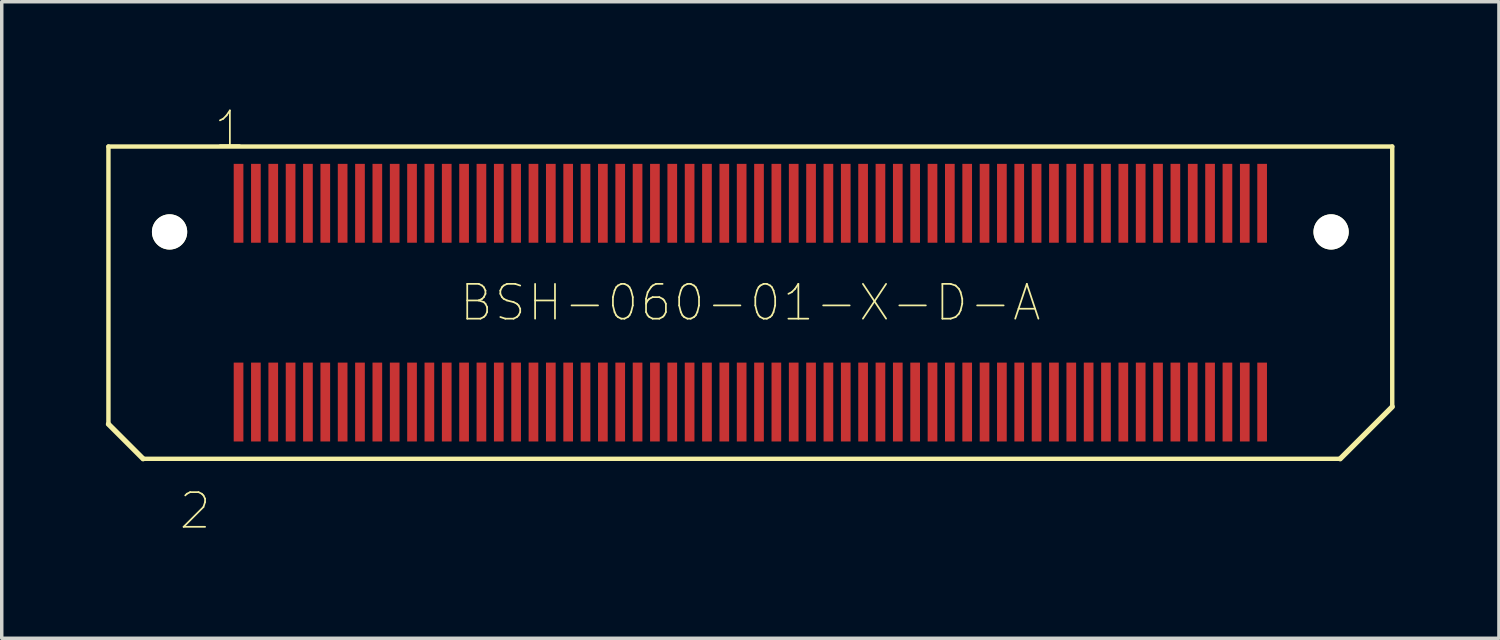
<source format=kicad_pcb>
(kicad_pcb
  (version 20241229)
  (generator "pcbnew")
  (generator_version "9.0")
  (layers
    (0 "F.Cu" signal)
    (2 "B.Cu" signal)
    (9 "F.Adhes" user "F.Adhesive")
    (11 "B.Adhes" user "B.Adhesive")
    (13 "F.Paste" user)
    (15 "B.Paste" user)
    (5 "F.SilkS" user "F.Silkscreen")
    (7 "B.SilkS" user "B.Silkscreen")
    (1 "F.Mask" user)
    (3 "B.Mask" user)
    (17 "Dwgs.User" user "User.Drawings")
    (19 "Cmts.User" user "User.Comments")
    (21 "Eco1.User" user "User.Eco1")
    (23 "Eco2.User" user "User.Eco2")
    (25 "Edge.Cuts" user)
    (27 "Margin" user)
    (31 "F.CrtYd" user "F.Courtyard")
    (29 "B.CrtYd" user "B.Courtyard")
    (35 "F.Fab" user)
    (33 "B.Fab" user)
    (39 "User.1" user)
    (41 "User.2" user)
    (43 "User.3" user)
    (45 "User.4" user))
  (footprint "BSH-060-01-X-D-A"
    (layer "F.Cu")
    (at 18.575 5.673)
    (property "Reference" "BSH-060-01-X-D-A" (at 0 0 0) (layer "F.SilkS") (effects (font (size 1.002 1.002) (thickness 0.05))))
    (attr smd)
    (fp_line (start -18.5 -4.5) (end 18.5 -4.5) (stroke (width 0.127) (type solid)) (layer "F.SilkS"))
    (fp_line (start -18.5 3.5) (end -18.5 -4.5) (stroke (width 0.127) (type solid)) (layer "F.SilkS"))
    (fp_line (start -18.5 3.5) (end -17.5 4.5) (stroke (width 0.15) (type solid)) (layer "F.SilkS"))
    (fp_line (start 17 4.5) (end -17.5 4.5) (stroke (width 0.127) (type solid)) (layer "F.SilkS"))
    (fp_line (start 18.5 -4.5) (end 18.5 3) (stroke (width 0.127) (type solid)) (layer "F.SilkS"))
    (fp_line (start 18.5 3) (end 17 4.5) (stroke (width 0.15) (type solid)) (layer "F.SilkS"))
    (fp_line (start -16 -3) (end 16 -3) (stroke (width 0.127) (type solid)) (layer "Eco2.User"))
    (fp_line (start -16 3) (end -16 -3) (stroke (width 0.127) (type solid)) (layer "Eco2.User"))
    (fp_line (start 16 -3) (end 16 3) (stroke (width 0.127) (type solid)) (layer "Eco2.User"))
    (fp_line (start 16 3) (end -16 3) (stroke (width 0.127) (type solid)) (layer "Eco2.User"))
    (fp_text user "2" (at -16 6 0) (layer "F.SilkS") (effects (font (size 1 1) (thickness 0.05))))
    (fp_text user "1" (at -15 -5 0) (layer "F.SilkS") (effects (font (size 1 1) (thickness 0.05))))
    (pad "" np_thru_hole circle (at -16.738 -2.039) (size 1.016 1.016) (drill 1.016) (layers "*.Cu" "*.Mask" "F.SilkS"))
    (pad "" np_thru_hole circle (at 16.738 -2.039) (size 1.016 1.016) (drill 1.016) (layers "*.Cu" "*.Mask" "F.SilkS"))
    (pad "1" smd rect (at -14.75 -2.864) (size 0.279 2.273) (layers "F.Cu" "F.Mask" "F.Paste"))
    (pad "2" smd rect (at -14.75 2.864) (size 0.279 2.273) (layers "F.Cu" "F.Mask" "F.Paste"))
    (pad "3" smd rect (at -14.25 -2.864) (size 0.279 2.273) (layers "F.Cu" "F.Mask" "F.Paste"))
    (pad "4" smd rect (at -14.25 2.864) (size 0.279 2.273) (layers "F.Cu" "F.Mask" "F.Paste"))
    (pad "5" smd rect (at -13.75 -2.864) (size 0.279 2.273) (layers "F.Cu" "F.Mask" "F.Paste"))
    (pad "6" smd rect (at -13.75 2.864) (size 0.279 2.273) (layers "F.Cu" "F.Mask" "F.Paste"))
    (pad "7" smd rect (at -13.25 -2.864) (size 0.279 2.273) (layers "F.Cu" "F.Mask" "F.Paste"))
    (pad "8" smd rect (at -13.25 2.864) (size 0.279 2.273) (layers "F.Cu" "F.Mask" "F.Paste"))
    (pad "9" smd rect (at -12.75 -2.864) (size 0.279 2.273) (layers "F.Cu" "F.Mask" "F.Paste"))
    (pad "10" smd rect (at -12.75 2.864) (size 0.279 2.273) (layers "F.Cu" "F.Mask" "F.Paste"))
    (pad "11" smd rect (at -12.25 -2.864) (size 0.279 2.273) (layers "F.Cu" "F.Mask" "F.Paste"))
    (pad "12" smd rect (at -12.25 2.864) (size 0.279 2.273) (layers "F.Cu" "F.Mask" "F.Paste"))
    (pad "13" smd rect (at -11.75 -2.864) (size 0.279 2.273) (layers "F.Cu" "F.Mask" "F.Paste"))
    (pad "14" smd rect (at -11.75 2.864) (size 0.279 2.273) (layers "F.Cu" "F.Mask" "F.Paste"))
    (pad "15" smd rect (at -11.25 -2.864) (size 0.279 2.273) (layers "F.Cu" "F.Mask" "F.Paste"))
    (pad "16" smd rect (at -11.25 2.864) (size 0.279 2.273) (layers "F.Cu" "F.Mask" "F.Paste"))
    (pad "17" smd rect (at -10.75 -2.864) (size 0.279 2.273) (layers "F.Cu" "F.Mask" "F.Paste"))
    (pad "18" smd rect (at -10.75 2.864) (size 0.279 2.273) (layers "F.Cu" "F.Mask" "F.Paste"))
    (pad "19" smd rect (at -10.25 -2.864) (size 0.279 2.273) (layers "F.Cu" "F.Mask" "F.Paste"))
    (pad "20" smd rect (at -10.25 2.864) (size 0.279 2.273) (layers "F.Cu" "F.Mask" "F.Paste"))
    (pad "21" smd rect (at -9.75 -2.864) (size 0.279 2.273) (layers "F.Cu" "F.Mask" "F.Paste"))
    (pad "22" smd rect (at -9.75 2.864) (size 0.279 2.273) (layers "F.Cu" "F.Mask" "F.Paste"))
    (pad "23" smd rect (at -9.25 -2.864) (size 0.279 2.273) (layers "F.Cu" "F.Mask" "F.Paste"))
    (pad "24" smd rect (at -9.25 2.864) (size 0.279 2.273) (layers "F.Cu" "F.Mask" "F.Paste"))
    (pad "25" smd rect (at -8.75 -2.864) (size 0.279 2.273) (layers "F.Cu" "F.Mask" "F.Paste"))
    (pad "26" smd rect (at -8.75 2.864) (size 0.279 2.273) (layers "F.Cu" "F.Mask" "F.Paste"))
    (pad "27" smd rect (at -8.25 -2.864) (size 0.279 2.273) (layers "F.Cu" "F.Mask" "F.Paste"))
    (pad "28" smd rect (at -8.25 2.864) (size 0.279 2.273) (layers "F.Cu" "F.Mask" "F.Paste"))
    (pad "29" smd rect (at -7.75 -2.864) (size 0.279 2.273) (layers "F.Cu" "F.Mask" "F.Paste"))
    (pad "30" smd rect (at -7.75 2.864) (size 0.279 2.273) (layers "F.Cu" "F.Mask" "F.Paste"))
    (pad "31" smd rect (at -7.25 -2.864) (size 0.279 2.273) (layers "F.Cu" "F.Mask" "F.Paste"))
    (pad "32" smd rect (at -7.25 2.864) (size 0.279 2.273) (layers "F.Cu" "F.Mask" "F.Paste"))
    (pad "33" smd rect (at -6.75 -2.864) (size 0.279 2.273) (layers "F.Cu" "F.Mask" "F.Paste"))
    (pad "34" smd rect (at -6.75 2.864) (size 0.279 2.273) (layers "F.Cu" "F.Mask" "F.Paste"))
    (pad "35" smd rect (at -6.25 -2.864) (size 0.279 2.273) (layers "F.Cu" "F.Mask" "F.Paste"))
    (pad "36" smd rect (at -6.25 2.864) (size 0.279 2.273) (layers "F.Cu" "F.Mask" "F.Paste"))
    (pad "37" smd rect (at -5.75 -2.864) (size 0.279 2.273) (layers "F.Cu" "F.Mask" "F.Paste"))
    (pad "38" smd rect (at -5.75 2.864) (size 0.279 2.273) (layers "F.Cu" "F.Mask" "F.Paste"))
    (pad "39" smd rect (at -5.25 -2.864) (size 0.279 2.273) (layers "F.Cu" "F.Mask" "F.Paste"))
    (pad "40" smd rect (at -5.25 2.864) (size 0.279 2.273) (layers "F.Cu" "F.Mask" "F.Paste"))
    (pad "41" smd rect (at -4.75 -2.864) (size 0.279 2.273) (layers "F.Cu" "F.Mask" "F.Paste"))
    (pad "42" smd rect (at -4.75 2.864) (size 0.279 2.273) (layers "F.Cu" "F.Mask" "F.Paste"))
    (pad "43" smd rect (at -4.25 -2.864) (size 0.279 2.273) (layers "F.Cu" "F.Mask" "F.Paste"))
    (pad "44" smd rect (at -4.25 2.864) (size 0.279 2.273) (layers "F.Cu" "F.Mask" "F.Paste"))
    (pad "45" smd rect (at -3.75 -2.864) (size 0.279 2.273) (layers "F.Cu" "F.Mask" "F.Paste"))
    (pad "46" smd rect (at -3.75 2.864) (size 0.279 2.273) (layers "F.Cu" "F.Mask" "F.Paste"))
    (pad "47" smd rect (at -3.25 -2.864) (size 0.279 2.273) (layers "F.Cu" "F.Mask" "F.Paste"))
    (pad "48" smd rect (at -3.25 2.864) (size 0.279 2.273) (layers "F.Cu" "F.Mask" "F.Paste"))
    (pad "49" smd rect (at -2.75 -2.864) (size 0.279 2.273) (layers "F.Cu" "F.Mask" "F.Paste"))
    (pad "50" smd rect (at -2.75 2.864) (size 0.279 2.273) (layers "F.Cu" "F.Mask" "F.Paste"))
    (pad "51" smd rect (at -2.25 -2.864) (size 0.279 2.273) (layers "F.Cu" "F.Mask" "F.Paste"))
    (pad "52" smd rect (at -2.25 2.864) (size 0.279 2.273) (layers "F.Cu" "F.Mask" "F.Paste"))
    (pad "53" smd rect (at -1.75 -2.864) (size 0.279 2.273) (layers "F.Cu" "F.Mask" "F.Paste"))
    (pad "54" smd rect (at -1.75 2.864) (size 0.279 2.273) (layers "F.Cu" "F.Mask" "F.Paste"))
    (pad "55" smd rect (at -1.25 -2.864) (size 0.279 2.273) (layers "F.Cu" "F.Mask" "F.Paste"))
    (pad "56" smd rect (at -1.25 2.864) (size 0.279 2.273) (layers "F.Cu" "F.Mask" "F.Paste"))
    (pad "57" smd rect (at -0.75 -2.864) (size 0.279 2.273) (layers "F.Cu" "F.Mask" "F.Paste"))
    (pad "58" smd rect (at -0.75 2.864) (size 0.279 2.273) (layers "F.Cu" "F.Mask" "F.Paste"))
    (pad "59" smd rect (at -0.25 -2.864) (size 0.279 2.273) (layers "F.Cu" "F.Mask" "F.Paste"))
    (pad "60" smd rect (at -0.25 2.864) (size 0.279 2.273) (layers "F.Cu" "F.Mask" "F.Paste"))
    (pad "61" smd rect (at 0.25 -2.864) (size 0.279 2.273) (layers "F.Cu" "F.Mask" "F.Paste"))
    (pad "62" smd rect (at 0.25 2.864) (size 0.279 2.273) (layers "F.Cu" "F.Mask" "F.Paste"))
    (pad "63" smd rect (at 0.75 -2.864) (size 0.279 2.273) (layers "F.Cu" "F.Mask" "F.Paste"))
    (pad "64" smd rect (at 0.75 2.864) (size 0.279 2.273) (layers "F.Cu" "F.Mask" "F.Paste"))
    (pad "65" smd rect (at 1.25 -2.864) (size 0.279 2.273) (layers "F.Cu" "F.Mask" "F.Paste"))
    (pad "66" smd rect (at 1.25 2.864) (size 0.279 2.273) (layers "F.Cu" "F.Mask" "F.Paste"))
    (pad "67" smd rect (at 1.75 -2.864) (size 0.279 2.273) (layers "F.Cu" "F.Mask" "F.Paste"))
    (pad "68" smd rect (at 1.75 2.864) (size 0.279 2.273) (layers "F.Cu" "F.Mask" "F.Paste"))
    (pad "69" smd rect (at 2.25 -2.864) (size 0.279 2.273) (layers "F.Cu" "F.Mask" "F.Paste"))
    (pad "70" smd rect (at 2.25 2.864) (size 0.279 2.273) (layers "F.Cu" "F.Mask" "F.Paste"))
    (pad "71" smd rect (at 2.75 -2.864) (size 0.279 2.273) (layers "F.Cu" "F.Mask" "F.Paste"))
    (pad "72" smd rect (at 2.75 2.864) (size 0.279 2.273) (layers "F.Cu" "F.Mask" "F.Paste"))
    (pad "73" smd rect (at 3.25 -2.864) (size 0.279 2.273) (layers "F.Cu" "F.Mask" "F.Paste"))
    (pad "74" smd rect (at 3.25 2.864) (size 0.279 2.273) (layers "F.Cu" "F.Mask" "F.Paste"))
    (pad "75" smd rect (at 3.75 -2.864) (size 0.279 2.273) (layers "F.Cu" "F.Mask" "F.Paste"))
    (pad "76" smd rect (at 3.75 2.864) (size 0.279 2.273) (layers "F.Cu" "F.Mask" "F.Paste"))
    (pad "77" smd rect (at 4.25 -2.864) (size 0.279 2.273) (layers "F.Cu" "F.Mask" "F.Paste"))
    (pad "78" smd rect (at 4.25 2.864) (size 0.279 2.273) (layers "F.Cu" "F.Mask" "F.Paste"))
    (pad "79" smd rect (at 4.75 -2.864) (size 0.279 2.273) (layers "F.Cu" "F.Mask" "F.Paste"))
    (pad "80" smd rect (at 4.75 2.864) (size 0.279 2.273) (layers "F.Cu" "F.Mask" "F.Paste"))
    (pad "81" smd rect (at 5.25 -2.864) (size 0.279 2.273) (layers "F.Cu" "F.Mask" "F.Paste"))
    (pad "82" smd rect (at 5.25 2.864) (size 0.279 2.273) (layers "F.Cu" "F.Mask" "F.Paste"))
    (pad "83" smd rect (at 5.75 -2.864) (size 0.279 2.273) (layers "F.Cu" "F.Mask" "F.Paste"))
    (pad "84" smd rect (at 5.75 2.864) (size 0.279 2.273) (layers "F.Cu" "F.Mask" "F.Paste"))
    (pad "85" smd rect (at 6.25 -2.864) (size 0.279 2.273) (layers "F.Cu" "F.Mask" "F.Paste"))
    (pad "86" smd rect (at 6.25 2.864) (size 0.279 2.273) (layers "F.Cu" "F.Mask" "F.Paste"))
    (pad "87" smd rect (at 6.75 -2.864) (size 0.279 2.273) (layers "F.Cu" "F.Mask" "F.Paste"))
    (pad "88" smd rect (at 6.75 2.864) (size 0.279 2.273) (layers "F.Cu" "F.Mask" "F.Paste"))
    (pad "89" smd rect (at 7.25 -2.864) (size 0.279 2.273) (layers "F.Cu" "F.Mask" "F.Paste"))
    (pad "90" smd rect (at 7.25 2.864) (size 0.279 2.273) (layers "F.Cu" "F.Mask" "F.Paste"))
    (pad "91" smd rect (at 7.75 -2.864) (size 0.279 2.273) (layers "F.Cu" "F.Mask" "F.Paste"))
    (pad "92" smd rect (at 7.75 2.864) (size 0.279 2.273) (layers "F.Cu" "F.Mask" "F.Paste"))
    (pad "93" smd rect (at 8.25 -2.864) (size 0.279 2.273) (layers "F.Cu" "F.Mask" "F.Paste"))
    (pad "94" smd rect (at 8.25 2.864) (size 0.279 2.273) (layers "F.Cu" "F.Mask" "F.Paste"))
    (pad "95" smd rect (at 8.75 -2.864) (size 0.279 2.273) (layers "F.Cu" "F.Mask" "F.Paste"))
    (pad "96" smd rect (at 8.75 2.864) (size 0.279 2.273) (layers "F.Cu" "F.Mask" "F.Paste"))
    (pad "97" smd rect (at 9.25 -2.864) (size 0.279 2.273) (layers "F.Cu" "F.Mask" "F.Paste"))
    (pad "98" smd rect (at 9.25 2.864) (size 0.279 2.273) (layers "F.Cu" "F.Mask" "F.Paste"))
    (pad "99" smd rect (at 9.75 -2.864) (size 0.279 2.273) (layers "F.Cu" "F.Mask" "F.Paste"))
    (pad "100" smd rect (at 9.75 2.864) (size 0.279 2.273) (layers "F.Cu" "F.Mask" "F.Paste"))
    (pad "101" smd rect (at 10.25 -2.864) (size 0.279 2.273) (layers "F.Cu" "F.Mask" "F.Paste"))
    (pad "102" smd rect (at 10.25 2.864) (size 0.279 2.273) (layers "F.Cu" "F.Mask" "F.Paste"))
    (pad "103" smd rect (at 10.75 -2.864) (size 0.279 2.273) (layers "F.Cu" "F.Mask" "F.Paste"))
    (pad "104" smd rect (at 10.75 2.864) (size 0.279 2.273) (layers "F.Cu" "F.Mask" "F.Paste"))
    (pad "105" smd rect (at 11.25 -2.864) (size 0.279 2.273) (layers "F.Cu" "F.Mask" "F.Paste"))
    (pad "106" smd rect (at 11.25 2.864) (size 0.279 2.273) (layers "F.Cu" "F.Mask" "F.Paste"))
    (pad "107" smd rect (at 11.75 -2.864) (size 0.279 2.273) (layers "F.Cu" "F.Mask" "F.Paste"))
    (pad "108" smd rect (at 11.75 2.864) (size 0.279 2.273) (layers "F.Cu" "F.Mask" "F.Paste"))
    (pad "109" smd rect (at 12.25 -2.864) (size 0.279 2.273) (layers "F.Cu" "F.Mask" "F.Paste"))
    (pad "110" smd rect (at 12.25 2.864) (size 0.279 2.273) (layers "F.Cu" "F.Mask" "F.Paste"))
    (pad "111" smd rect (at 12.75 -2.864) (size 0.279 2.273) (layers "F.Cu" "F.Mask" "F.Paste"))
    (pad "112" smd rect (at 12.75 2.864) (size 0.279 2.273) (layers "F.Cu" "F.Mask" "F.Paste"))
    (pad "113" smd rect (at 13.25 -2.864) (size 0.279 2.273) (layers "F.Cu" "F.Mask" "F.Paste"))
    (pad "114" smd rect (at 13.25 2.864) (size 0.279 2.273) (layers "F.Cu" "F.Mask" "F.Paste"))
    (pad "115" smd rect (at 13.75 -2.864) (size 0.279 2.273) (layers "F.Cu" "F.Mask" "F.Paste"))
    (pad "116" smd rect (at 13.75 2.864) (size 0.279 2.273) (layers "F.Cu" "F.Mask" "F.Paste"))
    (pad "117" smd rect (at 14.25 -2.864) (size 0.279 2.273) (layers "F.Cu" "F.Mask" "F.Paste"))
    (pad "118" smd rect (at 14.25 2.864) (size 0.279 2.273) (layers "F.Cu" "F.Mask" "F.Paste"))
    (pad "119" smd rect (at 14.75 -2.864) (size 0.279 2.273) (layers "F.Cu" "F.Mask" "F.Paste"))
    (pad "120" smd rect (at 14.75 2.864) (size 0.279 2.273) (layers "F.Cu" "F.Mask" "F.Paste")))
  (gr_rect
    (start -3 -3)
    (end 40.15 15.345)
    (stroke (width 0.1) (type default))
    (fill no)
    (layer "Edge.Cuts")))
</source>
